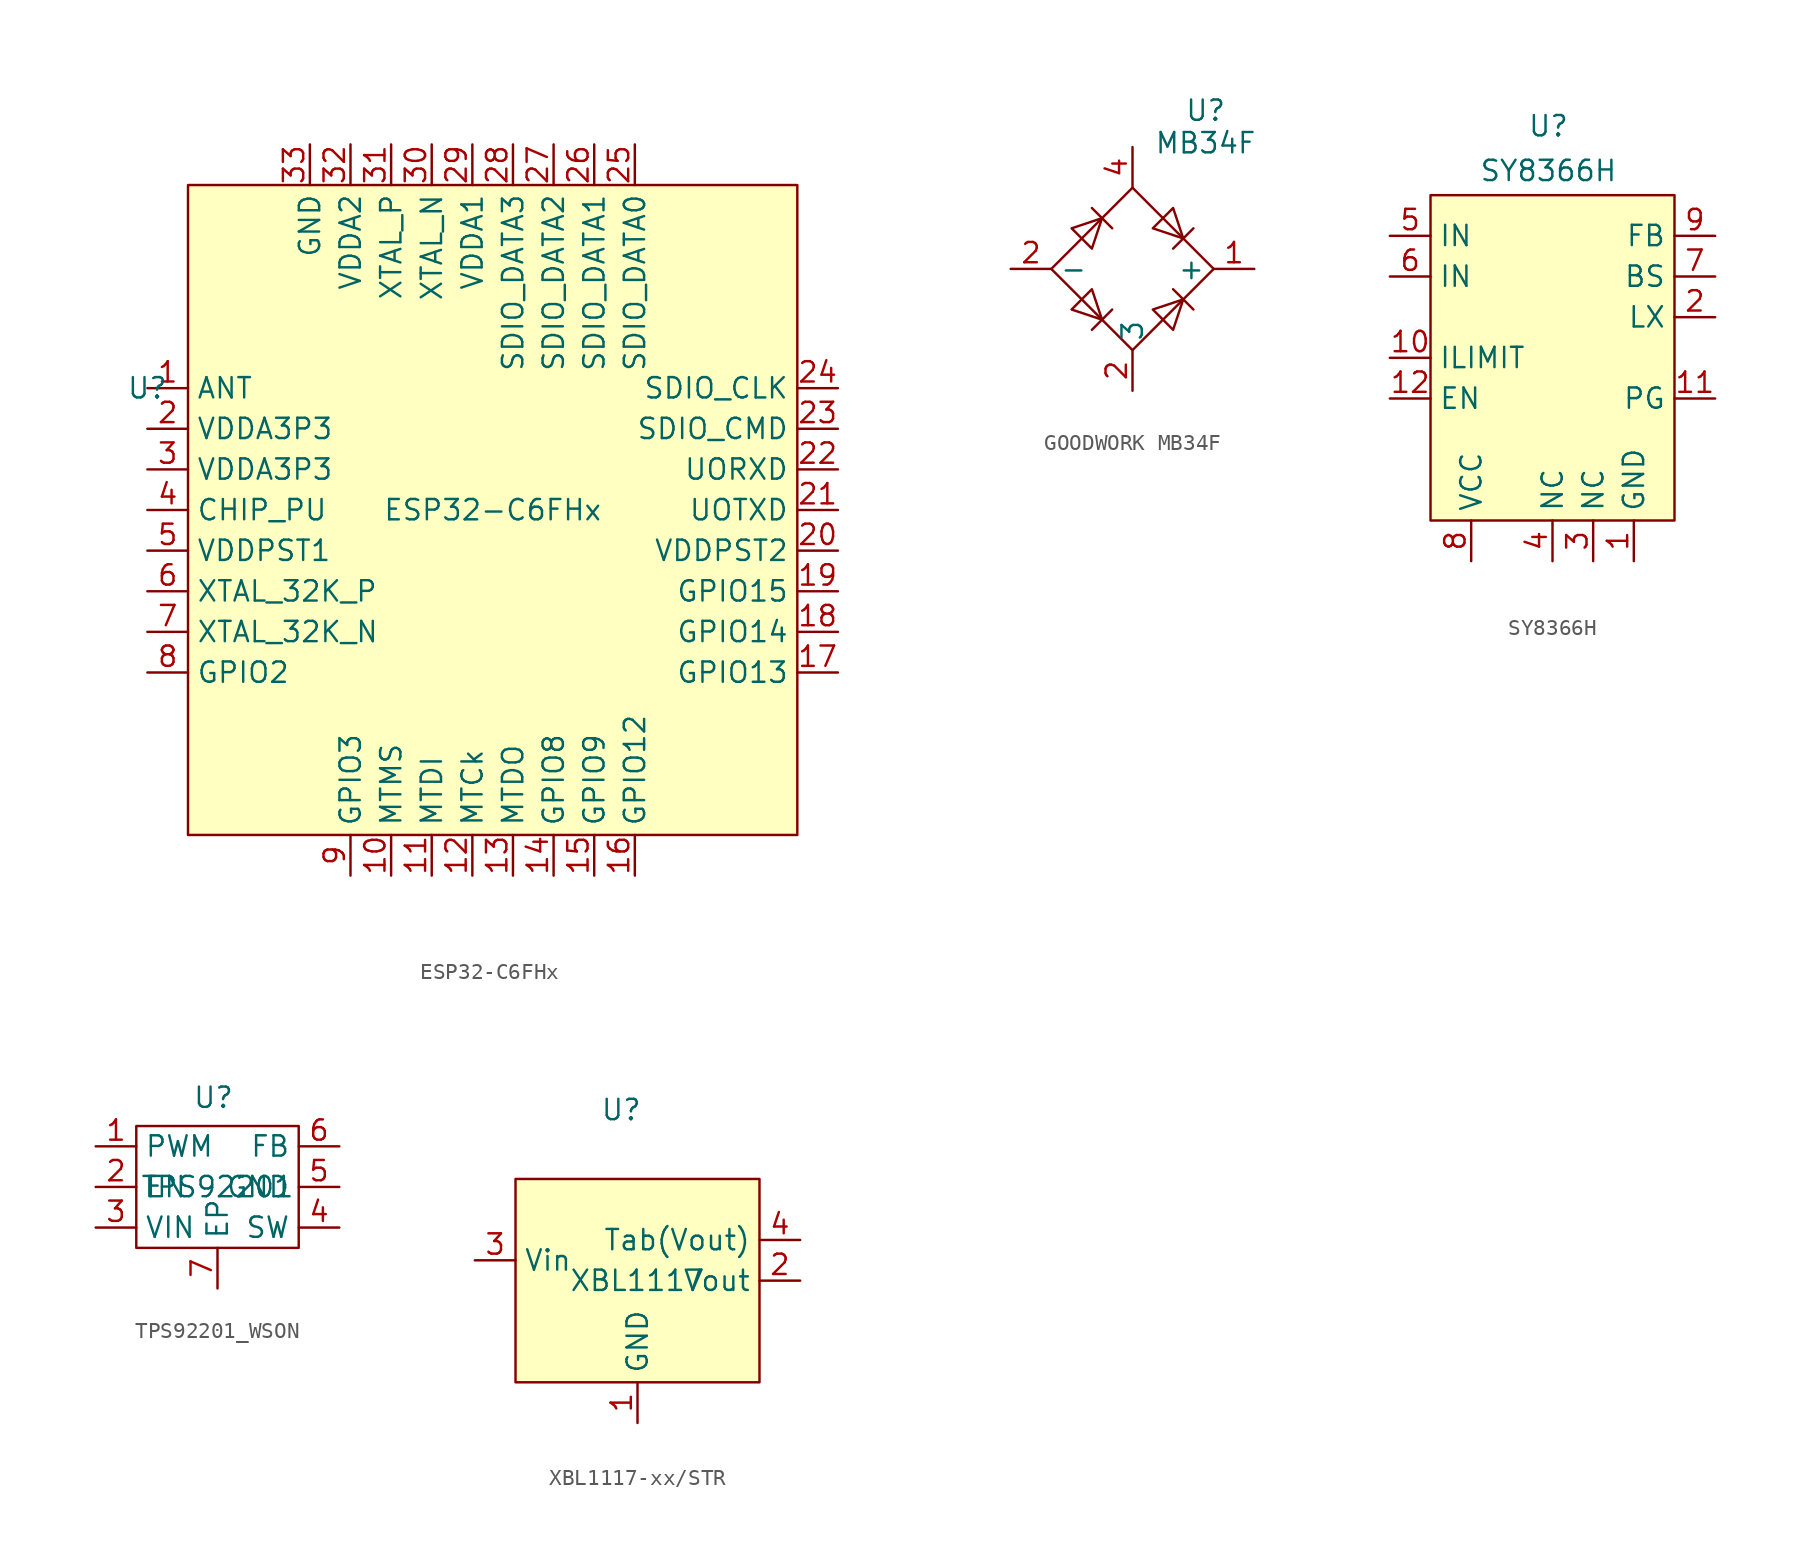
<source format=kicad_sym>
(kicad_symbol_lib
  (version 20241209)
  (generator "kicad_symbol_editor")
  (generator_version "9.0")
  (symbol "ESP32-C6FHx"
    (property "Reference" "U"
      (at -21.59 7.62 0)
      (effects (font (size 1.27 1.27))))
    (property "Value" "ESP32-C6FHx"
      (at 0 0 0)
      (effects (font (size 1.27 1.27))))
    (symbol "ESP32-C6FHx_0_0"
      (pin bidirectional line (at -21.59 7.62 0) (length 2.54) (name "ANT" (effects (font (size 1.27 1.27)))) (number "1" (effects (font (size 1.27 1.27)))))
      (pin power_in line (at -21.59 5.08 0) (length 2.54) (name "VDDA3P3" (effects (font (size 1.27 1.27)))) (number "2" (effects (font (size 1.27 1.27)))))
      (pin power_in line (at -21.59 2.54 0) (length 2.54) (name "VDDA3P3" (effects (font (size 1.27 1.27)))) (number "3" (effects (font (size 1.27 1.27)))))
      (pin input line (at -21.59 0 0) (length 2.54) (name "CHIP_PU" (effects (font (size 1.27 1.27)))) (number "4" (effects (font (size 1.27 1.27)))))
      (pin power_in line (at -21.59 -2.54 0) (length 2.54) (name "VDDPST1" (effects (font (size 1.27 1.27)))) (number "5" (effects (font (size 1.27 1.27)))))
      (pin passive line (at -21.59 -5.08 0) (length 2.54) (name "XTAL_32K_P" (effects (font (size 1.27 1.27)))) (number "6" (effects (font (size 1.27 1.27)))))
      (pin passive line (at -21.59 -7.62 0) (length 2.54) (name "XTAL_32K_N" (effects (font (size 1.27 1.27)))) (number "7" (effects (font (size 1.27 1.27)))))
      (pin bidirectional line (at -21.59 -10.16 0) (length 2.54) (name "GPIO2" (effects (font (size 1.27 1.27)))) (number "8" (effects (font (size 1.27 1.27)))))
      (pin power_in line (at -11.43 22.86 270) (length 2.54) (name "GND" (effects (font (size 1.27 1.27)))) (number "33" (effects (font (size 1.27 1.27)))))
      (pin power_in line (at -8.89 22.86 270) (length 2.54) (name "VDDA2" (effects (font (size 1.27 1.27)))) (number "32" (effects (font (size 1.27 1.27)))))
      (pin bidirectional line (at -8.89 -22.86 90) (length 2.54) (name "GPIO3" (effects (font (size 1.27 1.27)))) (number "9" (effects (font (size 1.27 1.27)))))
      (pin passive line (at -6.35 22.86 270) (length 2.54) (name "XTAL_P" (effects (font (size 1.27 1.27)))) (number "31" (effects (font (size 1.27 1.27)))))
      (pin bidirectional line (at -6.35 -22.86 90) (length 2.54) (name "MTMS" (effects (font (size 1.27 1.27)))) (number "10" (effects (font (size 1.27 1.27)))))
      (pin passive line (at -3.81 22.86 270) (length 2.54) (name "XTAL_N" (effects (font (size 1.27 1.27)))) (number "30" (effects (font (size 1.27 1.27)))))
      (pin bidirectional line (at -3.81 -22.86 90) (length 2.54) (name "MTDI" (effects (font (size 1.27 1.27)))) (number "11" (effects (font (size 1.27 1.27)))))
      (pin power_in line (at -1.27 22.86 270) (length 2.54) (name "VDDA1" (effects (font (size 1.27 1.27)))) (number "29" (effects (font (size 1.27 1.27)))))
      (pin bidirectional line (at -1.27 -22.86 90) (length 2.54) (name "MTCk" (effects (font (size 1.27 1.27)))) (number "12" (effects (font (size 1.27 1.27)))))
      (pin bidirectional line (at 1.27 22.86 270) (length 2.54) (name "SDIO_DATA3" (effects (font (size 1.27 1.27)))) (number "28" (effects (font (size 1.27 1.27)))))
      (pin bidirectional line (at 1.27 -22.86 90) (length 2.54) (name "MTDO" (effects (font (size 1.27 1.27)))) (number "13" (effects (font (size 1.27 1.27)))))
      (pin bidirectional line (at 3.81 22.86 270) (length 2.54) (name "SDIO_DATA2" (effects (font (size 1.27 1.27)))) (number "27" (effects (font (size 1.27 1.27)))))
      (pin bidirectional line (at 3.81 -22.86 90) (length 2.54) (name "GPIO8" (effects (font (size 1.27 1.27)))) (number "14" (effects (font (size 1.27 1.27)))))
      (pin bidirectional line (at 6.35 22.86 270) (length 2.54) (name "SDIO_DATA1" (effects (font (size 1.27 1.27)))) (number "26" (effects (font (size 1.27 1.27)))))
      (pin bidirectional line (at 6.35 -22.86 90) (length 2.54) (name "GPIO9" (effects (font (size 1.27 1.27)))) (number "15" (effects (font (size 1.27 1.27)))))
      (pin bidirectional line (at 8.89 22.86 270) (length 2.54) (name "SDIO_DATA0" (effects (font (size 1.27 1.27)))) (number "25" (effects (font (size 1.27 1.27)))))
      (pin bidirectional line (at 8.89 -22.86 90) (length 2.54) (name "GPIO12" (effects (font (size 1.27 1.27)))) (number "16" (effects (font (size 1.27 1.27)))))
      (pin bidirectional line (at 21.59 7.62 180) (length 2.54) (name "SDIO_CLK" (effects (font (size 1.27 1.27)))) (number "24" (effects (font (size 1.27 1.27)))))
      (pin bidirectional line (at 21.59 5.08 180) (length 2.54) (name "SDIO_CMD" (effects (font (size 1.27 1.27)))) (number "23" (effects (font (size 1.27 1.27)))))
      (pin input line (at 21.59 2.54 180) (length 2.54) (name "UORXD" (effects (font (size 1.27 1.27)))) (number "22" (effects (font (size 1.27 1.27)))))
      (pin output line (at 21.59 0 180) (length 2.54) (name "UOTXD" (effects (font (size 1.27 1.27)))) (number "21" (effects (font (size 1.27 1.27)))))
      (pin power_in line (at 21.59 -2.54 180) (length 2.54) (name "VDDPST2" (effects (font (size 1.27 1.27)))) (number "20" (effects (font (size 1.27 1.27)))))
      (pin bidirectional line (at 21.59 -5.08 180) (length 2.54) (name "GPIO15" (effects (font (size 1.27 1.27)))) (number "19" (effects (font (size 1.27 1.27)))))
      (pin bidirectional line (at 21.59 -7.62 180) (length 2.54) (name "GPIO14" (effects (font (size 1.27 1.27)))) (number "18" (effects (font (size 1.27 1.27)))))
      (pin bidirectional line (at 21.59 -10.16 180) (length 2.54) (name "GPIO13" (effects (font (size 1.27 1.27)))) (number "17" (effects (font (size 1.27 1.27))))))
    (symbol "ESP32-C6FHx_1_1"
      (rectangle (start -19.05 20.32) (end 19.05 -20.32) (stroke (width 0) (type solid)) (fill (type background)))))
  (symbol "GOODWORK MB34F"
    (property "Reference" "U"
      (at 4.572 9.906 0)
      (effects (font (size 1.27 1.27))))
    (property "Value" "MB34F"
      (at 4.572 7.874 0)
      (effects (font (size 1.27 1.27))))
    (symbol "GOODWORK MB34F_0_1"
      (polyline (pts (xy -5.08 0) (xy 0 -5.08) (xy 5.08 0) (xy 0 5.08) (xy -5.08 0)) (stroke (width 0) (type default)) (fill (type none)))
      (polyline (pts (xy -3.81 2.54) (xy -2.54 1.27) (xy -1.905 3.175) (xy -3.81 2.54)) (stroke (width 0) (type default)) (fill (type none)))
      (polyline (pts (xy -2.54 3.81) (xy -1.27 2.54)) (stroke (width 0) (type default)) (fill (type none)))
      (polyline (pts (xy -2.54 -1.27) (xy -3.81 -2.54) (xy -1.905 -3.175) (xy -2.54 -1.27)) (stroke (width 0) (type default)) (fill (type none)))
      (polyline (pts (xy -1.27 -2.54) (xy -2.54 -3.81)) (stroke (width 0) (type default)) (fill (type none)))
      (polyline (pts (xy 1.27 2.54) (xy 2.54 3.81) (xy 3.175 1.905) (xy 1.27 2.54)) (stroke (width 0) (type default)) (fill (type none)))
      (polyline (pts (xy 2.54 1.27) (xy 3.81 2.54)) (stroke (width 0) (type default)) (fill (type none)))
      (polyline (pts (xy 2.54 -1.27) (xy 3.81 -2.54)) (stroke (width 0) (type default)) (fill (type none)))
      (polyline (pts (xy 3.175 -1.905) (xy 1.27 -2.54) (xy 2.54 -3.81) (xy 3.175 -1.905)) (stroke (width 0) (type default)) (fill (type none))))
    (symbol "GOODWORK MB34F_1_1"
      (pin passive line (at -7.62 0 0) (length 2.54) (name "-" (effects (font (size 1.27 1.27)))) (number "2" (effects (font (size 1.27 1.27)))))
      (pin passive line (at 0 7.62 270) (length 2.54) (name "~" (effects (font (size 1.27 1.27)))) (number "4" (effects (font (size 1.27 1.27)))))
      (pin passive line (at 0 -7.62 90) (length 2.54) (name "3" (effects (font (size 1.27 1.27)))) (number "2" (effects (font (size 1.27 1.27)))))
      (pin passive line (at 7.62 0 180) (length 2.54) (name "+" (effects (font (size 1.27 1.27)))) (number "1" (effects (font (size 1.27 1.27)))))))
  (symbol "SY8366H"
    (property "Reference" "U"
      (at -0.254 14.478 0)
      (effects (font (size 1.27 1.27))))
    (property "Value" "SY8366H"
      (at -0.254 11.684 0)
      (effects (font (size 1.27 1.27))))
    (symbol "SY8366H_0_0"
      (pin power_in line (at -10.16 7.62 0) (length 2.54) (name "IN" (effects (font (size 1.27 1.27)))) (number "5" (effects (font (size 1.27 1.27)))))
      (pin power_in line (at -10.16 5.08 0) (length 2.54) (name "IN" (effects (font (size 1.27 1.27)))) (number "6" (effects (font (size 1.27 1.27)))))
      (pin input line (at -10.16 0 0) (length 2.54) (name "ILIMIT" (effects (font (size 1.27 1.27)))) (number "10" (effects (font (size 1.27 1.27)))))
      (pin input line (at -10.16 -2.54 0) (length 2.54) (name "EN" (effects (font (size 1.27 1.27)))) (number "12" (effects (font (size 1.27 1.27)))))
      (pin passive line (at -5.08 -12.7 90) (length 2.54) (name "VCC" (effects (font (size 1.27 1.27)))) (number "8" (effects (font (size 1.27 1.27)))))
      (pin passive line (at 0 -12.7 90) (length 2.54) (name "NC" (effects (font (size 1.27 1.27)))) (number "4" (effects (font (size 1.27 1.27)))))
      (pin passive line (at 2.54 -12.7 90) (length 2.54) (name "NC" (effects (font (size 1.27 1.27)))) (number "3" (effects (font (size 1.27 1.27)))))
      (pin power_in line (at 5.08 -12.7 90) (length 2.54) (name "GND" (effects (font (size 1.27 1.27)))) (number "1" (effects (font (size 1.27 1.27)))))
      (pin input line (at 10.16 7.62 180) (length 2.54) (name "FB" (effects (font (size 1.27 1.27)))) (number "9" (effects (font (size 1.27 1.27)))))
      (pin passive line (at 10.16 5.08 180) (length 2.54) (name "BS" (effects (font (size 1.27 1.27)))) (number "7" (effects (font (size 1.27 1.27)))))
      (pin power_out line (at 10.16 2.54 180) (length 2.54) (name "LX" (effects (font (size 1.27 1.27)))) (number "2" (effects (font (size 1.27 1.27)))))
      (pin open_emitter line (at 10.16 -2.54 180) (length 2.54) (name "PG" (effects (font (size 1.27 1.27)))) (number "11" (effects (font (size 1.27 1.27))))))
    (symbol "SY8366H_1_1"
      (rectangle (start -7.62 10.16) (end 7.62 -10.16) (stroke (width 0) (type solid)) (fill (type background)))))
  (symbol "TPS92201_WSON"
    (property "Reference" "U"
      (at -0.254 5.588 0)
      (effects (font (size 1.27 1.27))))
    (property "Value" "TPS92201"
      (at 0 0 0)
      (effects (font (size 1.27 1.27))))
    (symbol "TPS92201_WSON_0_0"
      (pin input line (at -7.62 2.54 0) (length 2.54) (name "PWM" (effects (font (size 1.27 1.27)))) (number "1" (effects (font (size 1.27 1.27)))))
      (pin input line (at -7.62 0 0) (length 2.54) (name "EN" (effects (font (size 1.27 1.27)))) (number "2" (effects (font (size 1.27 1.27)))))
      (pin input line (at -7.62 -2.54 0) (length 2.54) (name "VIN" (effects (font (size 1.27 1.27)))) (number "3" (effects (font (size 1.27 1.27)))))
      (pin power_in line (at 0 -6.35 90) (length 2.54) (name "EP" (effects (font (size 1.27 1.27)))) (number "7" (effects (font (size 1.27 1.27)))))
      (pin input line (at 7.62 2.54 180) (length 2.54) (name "FB" (effects (font (size 1.27 1.27)))) (number "6" (effects (font (size 1.27 1.27)))))
      (pin power_in line (at 7.62 0 180) (length 2.54) (name "GND" (effects (font (size 1.27 1.27)))) (number "5" (effects (font (size 1.27 1.27)))))
      (pin output line (at 7.62 -2.54 180) (length 2.54) (name "SW" (effects (font (size 1.27 1.27)))) (number "4" (effects (font (size 1.27 1.27))))))
    (symbol "TPS92201_WSON_0_1"
      (rectangle (start -5.08 3.81) (end 5.08 -3.81) (stroke (width 0) (type default)) (fill (type none)))))
  (symbol "XBL1117-xx/STR"
    (property "Reference" "U"
      (at -1.016 10.668 0)
      (effects (font (size 1.27 1.27))))
    (property "Value" "XBL1117"
      (at 0 0 0)
      (effects (font (size 1.27 1.27))))
    (symbol "XBL1117-xx/STR_0_0"
      (pin power_in line (at -10.16 1.27 0) (length 2.54) (name "Vin" (effects (font (size 1.27 1.27)))) (number "3" (effects (font (size 1.27 1.27)))))
      (pin power_in line (at 0 -8.89 90) (length 2.54) (name "GND" (effects (font (size 1.27 1.27)))) (number "1" (effects (font (size 1.27 1.27)))))
      (pin power_out line (at 10.16 2.54 180) (length 2.54) (name "Tab(Vout)" (effects (font (size 1.27 1.27)))) (number "4" (effects (font (size 1.27 1.27))))))
    (symbol "XBL1117-xx/STR_1_0"
      (pin power_out line (at 10.16 0 180) (length 2.54) (name "Vout" (effects (font (size 1.27 1.27)))) (number "2" (effects (font (size 1.27 1.27))))))
    (symbol "XBL1117-xx/STR_1_1"
      (rectangle (start -7.62 6.35) (end 7.62 -6.35) (stroke (width 0) (type solid)) (fill (type background))))))
</source>
